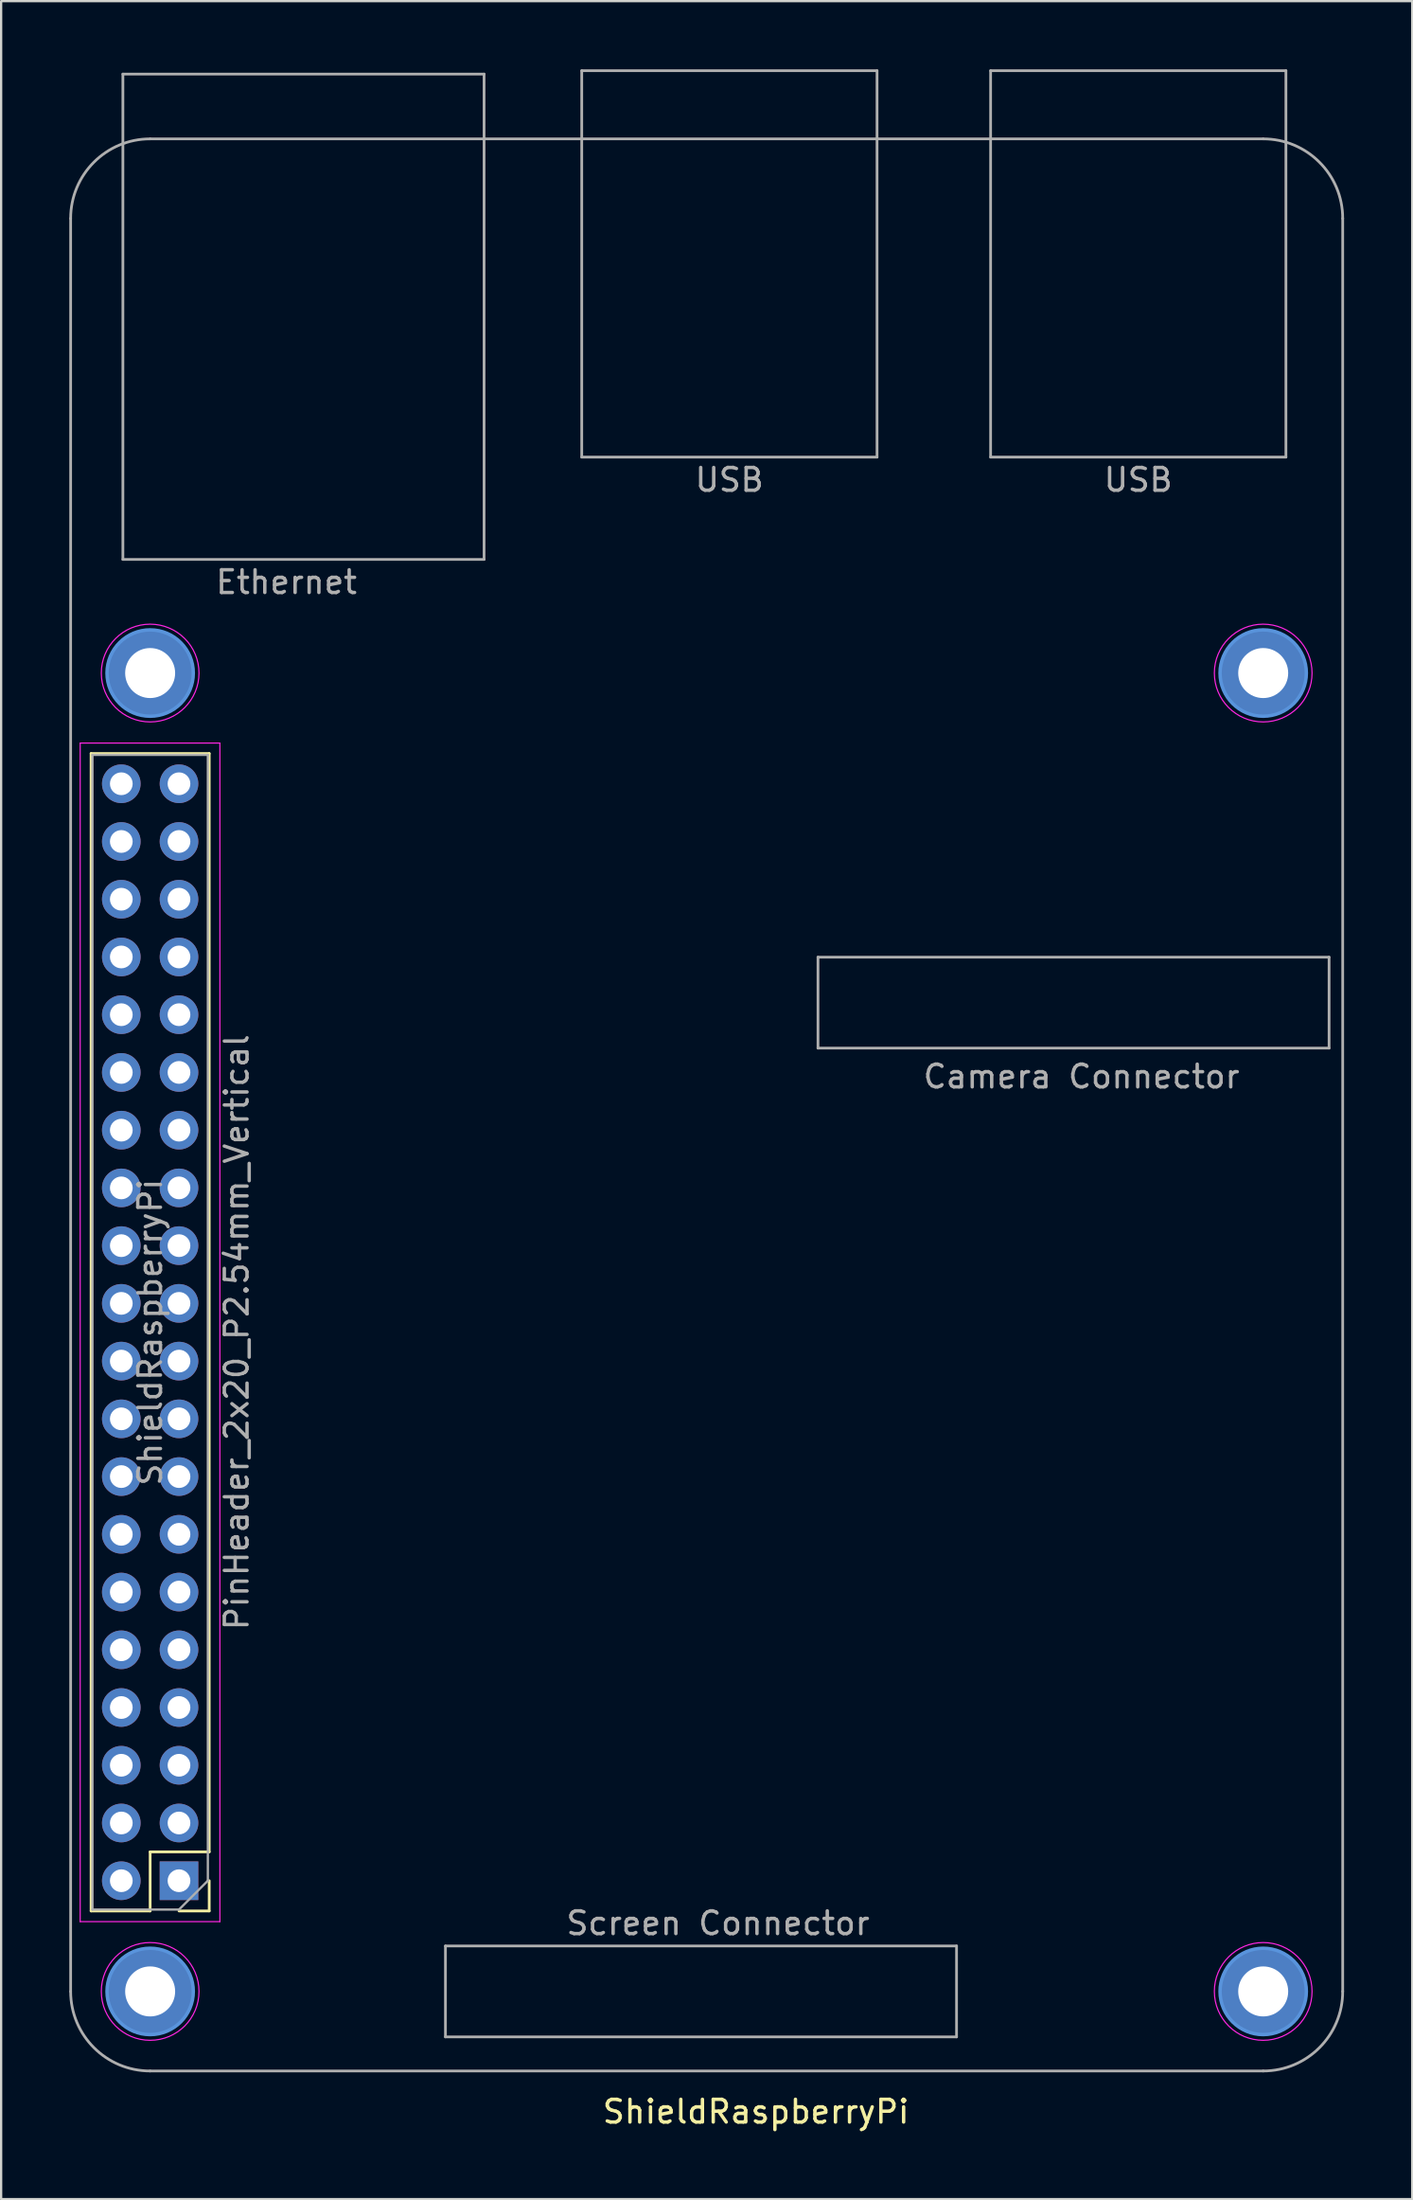
<source format=kicad_pcb>
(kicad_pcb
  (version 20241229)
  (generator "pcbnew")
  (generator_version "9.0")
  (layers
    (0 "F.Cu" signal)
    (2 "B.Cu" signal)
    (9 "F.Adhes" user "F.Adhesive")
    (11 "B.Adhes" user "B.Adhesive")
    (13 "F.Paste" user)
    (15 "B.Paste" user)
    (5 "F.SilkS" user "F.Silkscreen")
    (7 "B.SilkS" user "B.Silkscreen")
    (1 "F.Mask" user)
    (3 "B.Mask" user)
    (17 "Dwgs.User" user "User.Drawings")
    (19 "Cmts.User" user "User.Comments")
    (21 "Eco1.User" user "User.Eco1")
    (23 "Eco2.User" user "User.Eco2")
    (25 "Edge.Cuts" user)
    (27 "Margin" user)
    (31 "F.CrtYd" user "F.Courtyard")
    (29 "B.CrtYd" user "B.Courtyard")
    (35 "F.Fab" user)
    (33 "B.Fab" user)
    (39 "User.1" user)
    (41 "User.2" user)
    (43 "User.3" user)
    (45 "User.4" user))
  (footprint "ShieldRaspberryPi"
    (layer "F.Cu")
    (at 3.56 55.56)
    (property "Reference" "ShieldRaspberryPi" (at 26.67 34.29 0) (layer "F.SilkS") (effects (font (size 1 1) (thickness 0.15))))
    (attr through_hole)
    (fp_line (start -2.6 25.46) (end -2.6 -25.46) (stroke (width 0.12) (type solid)) (layer "F.SilkS"))
    (fp_line (start 0 22.86) (end 0 25.46) (stroke (width 0.12) (type solid)) (layer "F.SilkS"))
    (fp_line (start 0 25.46) (end -2.6 25.46) (stroke (width 0.12) (type solid)) (layer "F.SilkS"))
    (fp_line (start 2.6 -25.46) (end -2.6 -25.46) (stroke (width 0.12) (type solid)) (layer "F.SilkS"))
    (fp_line (start 2.6 22.86) (end 0 22.86) (stroke (width 0.12) (type solid)) (layer "F.SilkS"))
    (fp_line (start 2.6 22.86) (end 2.6 -25.46) (stroke (width 0.12) (type solid)) (layer "F.SilkS"))
    (fp_line (start 2.6 24.13) (end 2.6 25.46) (stroke (width 0.12) (type solid)) (layer "F.SilkS"))
    (fp_line (start 2.6 25.46) (end 1.27 25.46) (stroke (width 0.12) (type solid)) (layer "F.SilkS"))
    (fp_circle (center 0 -29) (end 1.9 -29) (stroke (width 0.15) (type solid)) (fill no) (layer "Cmts.User"))
    (fp_circle (center 0 29) (end 1.9 29) (stroke (width 0.15) (type solid)) (fill no) (layer "Cmts.User"))
    (fp_circle (center 49 -29) (end 50.9 -29) (stroke (width 0.15) (type solid)) (fill no) (layer "Cmts.User"))
    (fp_circle (center 49 29) (end 50.9 29) (stroke (width 0.15) (type solid)) (fill no) (layer "Cmts.User"))
    (fp_line (start -3.08 -25.92) (end -3.08 25.93) (stroke (width 0.05) (type solid)) (layer "F.CrtYd"))
    (fp_line (start -3.08 25.93) (end 3.07 25.93) (stroke (width 0.05) (type solid)) (layer "F.CrtYd"))
    (fp_line (start 3.07 -25.92) (end -3.08 -25.92) (stroke (width 0.05) (type solid)) (layer "F.CrtYd"))
    (fp_line (start 3.07 25.93) (end 3.07 -25.92) (stroke (width 0.05) (type solid)) (layer "F.CrtYd"))
    (fp_circle (center 0 -29) (end 2.15 -29) (stroke (width 0.05) (type solid)) (fill no) (layer "F.CrtYd"))
    (fp_circle (center 0 29) (end 2.15 29) (stroke (width 0.05) (type solid)) (fill no) (layer "F.CrtYd"))
    (fp_circle (center 49 -29) (end 51.15 -29) (stroke (width 0.05) (type solid)) (fill no) (layer "F.CrtYd"))
    (fp_circle (center 49 29) (end 51.15 29) (stroke (width 0.05) (type solid)) (fill no) (layer "F.CrtYd"))
    (fp_line (start -3.5 -49) (end -3.5 29) (stroke (width 0.12) (type solid)) (layer "F.Fab"))
    (fp_line (start -2.54 -25.4) (end 2.54 -25.4) (stroke (width 0.1) (type solid)) (layer "F.Fab"))
    (fp_line (start -2.54 25.4) (end -2.54 -25.4) (stroke (width 0.1) (type solid)) (layer "F.Fab"))
    (fp_line (start -1.2 -55.35) (end -1.2 -34) (stroke (width 0.12) (type solid)) (layer "F.Fab"))
    (fp_line (start -1.2 -34) (end 14.7 -34) (stroke (width 0.12) (type solid)) (layer "F.Fab"))
    (fp_line (start 0 32.5) (end 49 32.5) (stroke (width 0.12) (type solid)) (layer "F.Fab"))
    (fp_line (start 1.27 25.4) (end -2.54 25.4) (stroke (width 0.1) (type solid)) (layer "F.Fab"))
    (fp_line (start 2.54 -25.4) (end 2.54 24.13) (stroke (width 0.1) (type solid)) (layer "F.Fab"))
    (fp_line (start 2.54 24.13) (end 1.27 25.4) (stroke (width 0.1) (type solid)) (layer "F.Fab"))
    (fp_line (start 13 27) (end 13 31) (stroke (width 0.12) (type solid)) (layer "F.Fab"))
    (fp_line (start 13 31) (end 35.5 31) (stroke (width 0.12) (type solid)) (layer "F.Fab"))
    (fp_line (start 14.7 -55.35) (end -1.2 -55.35) (stroke (width 0.12) (type solid)) (layer "F.Fab"))
    (fp_line (start 14.7 -34) (end 14.7 -55.35) (stroke (width 0.12) (type solid)) (layer "F.Fab"))
    (fp_line (start 19 -55.5) (end 32 -55.5) (stroke (width 0.12) (type solid)) (layer "F.Fab"))
    (fp_line (start 19 -38.5) (end 19 -55.5) (stroke (width 0.12) (type solid)) (layer "F.Fab"))
    (fp_line (start 29.4 -16.5) (end 29.4 -12.5) (stroke (width 0.12) (type solid)) (layer "F.Fab"))
    (fp_line (start 29.4 -12.5) (end 51.9 -12.5) (stroke (width 0.12) (type solid)) (layer "F.Fab"))
    (fp_line (start 32 -55.5) (end 32 -38.5) (stroke (width 0.12) (type solid)) (layer "F.Fab"))
    (fp_line (start 32 -38.5) (end 19 -38.5) (stroke (width 0.12) (type solid)) (layer "F.Fab"))
    (fp_line (start 35.5 27) (end 13 27) (stroke (width 0.12) (type solid)) (layer "F.Fab"))
    (fp_line (start 35.5 31) (end 35.5 27) (stroke (width 0.12) (type solid)) (layer "F.Fab"))
    (fp_line (start 37 -55.5) (end 50 -55.5) (stroke (width 0.12) (type solid)) (layer "F.Fab"))
    (fp_line (start 37 -38.5) (end 37 -55.5) (stroke (width 0.12) (type solid)) (layer "F.Fab"))
    (fp_line (start 49 -52.5) (end 0 -52.5) (stroke (width 0.12) (type solid)) (layer "F.Fab"))
    (fp_line (start 50 -55.5) (end 50 -38.5) (stroke (width 0.12) (type solid)) (layer "F.Fab"))
    (fp_line (start 50 -38.5) (end 37 -38.5) (stroke (width 0.12) (type solid)) (layer "F.Fab"))
    (fp_line (start 51.9 -16.5) (end 29.4 -16.5) (stroke (width 0.12) (type solid)) (layer "F.Fab"))
    (fp_line (start 51.9 -12.5) (end 51.9 -16.5) (stroke (width 0.12) (type solid)) (layer "F.Fab"))
    (fp_line (start 52.5 29) (end 52.5 -49) (stroke (width 0.12) (type solid)) (layer "F.Fab"))
    (fp_arc (start -3.5 -49) (mid -2.474874 -51.474874) (end 0 -52.5) (stroke (width 0.12) (type solid)) (layer "F.Fab"))
    (fp_arc (start 0 32.5) (mid -2.474874 31.474874) (end -3.5 29) (stroke (width 0.12) (type solid)) (layer "F.Fab"))
    (fp_arc (start 49 -52.5) (mid 51.474874 -51.474874) (end 52.5 -49) (stroke (width 0.12) (type solid)) (layer "F.Fab"))
    (fp_arc (start 52.5 29) (mid 51.474874 31.474874) (end 49 32.5) (stroke (width 0.12) (type solid)) (layer "F.Fab"))
    (fp_text user "USB" (at 25.5 -37.5 0) (layer "F.Fab") (effects (font (size 1 1) (thickness 0.15))))
    (fp_text user "Camera Connector" (at 41 -11.25 0) (layer "F.Fab") (effects (font (size 1 1) (thickness 0.15))))
    (fp_text user "${REFERENCE}" (at 0 0 270) (layer "F.Fab") (effects (font (size 1 1) (thickness 0.15))))
    (fp_text user "Screen Connector" (at 25 26 0) (layer "F.Fab") (effects (font (size 1 1) (thickness 0.15))))
    (fp_text user "PinHeader_2x20_P2.54mm_Vertical" (at 3.81 0 270) (layer "F.Fab") (effects (font (size 1 1) (thickness 0.15))))
    (fp_text user "Ethernet" (at 6 -33 0) (layer "F.Fab") (effects (font (size 1 1) (thickness 0.15))))
    (fp_text user "USB" (at 43.5 -37.5 0) (layer "F.Fab") (effects (font (size 1 1) (thickness 0.15))))
    (pad "" thru_hole circle (at 0 -29) (size 3.8 3.8) (drill 2.2) (layers "*.Cu" "*.Mask"))
    (pad "" thru_hole circle (at 0 29) (size 3.8 3.8) (drill 2.2) (layers "*.Cu" "*.Mask"))
    (pad "" thru_hole circle (at 49 -29) (size 3.8 3.8) (drill 2.2) (layers "*.Cu" "*.Mask"))
    (pad "" thru_hole circle (at 49 29) (size 3.8 3.8) (drill 2.2) (layers "*.Cu" "*.Mask"))
    (pad "1" thru_hole rect (at 1.27 24.13 180) (size 1.7 1.7) (drill 1) (layers "*.Cu" "*.Mask"))
    (pad "2" thru_hole oval (at -1.27 24.13 180) (size 1.7 1.7) (drill 1) (layers "*.Cu" "*.Mask"))
    (pad "3" thru_hole oval (at 1.27 21.59 180) (size 1.7 1.7) (drill 1) (layers "*.Cu" "*.Mask"))
    (pad "4" thru_hole oval (at -1.27 21.59 180) (size 1.7 1.7) (drill 1) (layers "*.Cu" "*.Mask"))
    (pad "5" thru_hole oval (at 1.27 19.05 180) (size 1.7 1.7) (drill 1) (layers "*.Cu" "*.Mask"))
    (pad "6" thru_hole oval (at -1.27 19.05 180) (size 1.7 1.7) (drill 1) (layers "*.Cu" "*.Mask"))
    (pad "7" thru_hole oval (at 1.27 16.51 180) (size 1.7 1.7) (drill 1) (layers "*.Cu" "*.Mask"))
    (pad "8" thru_hole oval (at -1.27 16.51 180) (size 1.7 1.7) (drill 1) (layers "*.Cu" "*.Mask"))
    (pad "9" thru_hole oval (at 1.27 13.97 180) (size 1.7 1.7) (drill 1) (layers "*.Cu" "*.Mask"))
    (pad "10" thru_hole oval (at -1.27 13.97 180) (size 1.7 1.7) (drill 1) (layers "*.Cu" "*.Mask"))
    (pad "11" thru_hole oval (at 1.27 11.43 180) (size 1.7 1.7) (drill 1) (layers "*.Cu" "*.Mask"))
    (pad "12" thru_hole oval (at -1.27 11.43 180) (size 1.7 1.7) (drill 1) (layers "*.Cu" "*.Mask"))
    (pad "13" thru_hole oval (at 1.27 8.89 180) (size 1.7 1.7) (drill 1) (layers "*.Cu" "*.Mask"))
    (pad "14" thru_hole oval (at -1.27 8.89 180) (size 1.7 1.7) (drill 1) (layers "*.Cu" "*.Mask"))
    (pad "15" thru_hole oval (at 1.27 6.35 180) (size 1.7 1.7) (drill 1) (layers "*.Cu" "*.Mask"))
    (pad "16" thru_hole oval (at -1.27 6.35 180) (size 1.7 1.7) (drill 1) (layers "*.Cu" "*.Mask"))
    (pad "17" thru_hole oval (at 1.27 3.81 180) (size 1.7 1.7) (drill 1) (layers "*.Cu" "*.Mask"))
    (pad "18" thru_hole oval (at -1.27 3.81 180) (size 1.7 1.7) (drill 1) (layers "*.Cu" "*.Mask"))
    (pad "19" thru_hole oval (at 1.27 1.27 180) (size 1.7 1.7) (drill 1) (layers "*.Cu" "*.Mask"))
    (pad "20" thru_hole oval (at -1.27 1.27 180) (size 1.7 1.7) (drill 1) (layers "*.Cu" "*.Mask"))
    (pad "21" thru_hole oval (at 1.27 -1.27 180) (size 1.7 1.7) (drill 1) (layers "*.Cu" "*.Mask"))
    (pad "22" thru_hole oval (at -1.27 -1.27 180) (size 1.7 1.7) (drill 1) (layers "*.Cu" "*.Mask"))
    (pad "23" thru_hole oval (at 1.27 -3.81 180) (size 1.7 1.7) (drill 1) (layers "*.Cu" "*.Mask"))
    (pad "24" thru_hole oval (at -1.27 -3.81 180) (size 1.7 1.7) (drill 1) (layers "*.Cu" "*.Mask"))
    (pad "25" thru_hole oval (at 1.27 -6.35 180) (size 1.7 1.7) (drill 1) (layers "*.Cu" "*.Mask"))
    (pad "26" thru_hole oval (at -1.27 -6.35 180) (size 1.7 1.7) (drill 1) (layers "*.Cu" "*.Mask"))
    (pad "27" thru_hole oval (at 1.27 -8.89 180) (size 1.7 1.7) (drill 1) (layers "*.Cu" "*.Mask"))
    (pad "28" thru_hole oval (at -1.27 -8.89 180) (size 1.7 1.7) (drill 1) (layers "*.Cu" "*.Mask"))
    (pad "29" thru_hole oval (at 1.27 -11.43 180) (size 1.7 1.7) (drill 1) (layers "*.Cu" "*.Mask"))
    (pad "30" thru_hole oval (at -1.27 -11.43 180) (size 1.7 1.7) (drill 1) (layers "*.Cu" "*.Mask"))
    (pad "31" thru_hole oval (at 1.27 -13.97 180) (size 1.7 1.7) (drill 1) (layers "*.Cu" "*.Mask"))
    (pad "32" thru_hole oval (at -1.27 -13.97 180) (size 1.7 1.7) (drill 1) (layers "*.Cu" "*.Mask"))
    (pad "33" thru_hole oval (at 1.27 -16.51 180) (size 1.7 1.7) (drill 1) (layers "*.Cu" "*.Mask"))
    (pad "34" thru_hole oval (at -1.27 -16.51 180) (size 1.7 1.7) (drill 1) (layers "*.Cu" "*.Mask"))
    (pad "35" thru_hole oval (at 1.27 -19.05 180) (size 1.7 1.7) (drill 1) (layers "*.Cu" "*.Mask"))
    (pad "36" thru_hole oval (at -1.27 -19.05 180) (size 1.7 1.7) (drill 1) (layers "*.Cu" "*.Mask"))
    (pad "37" thru_hole oval (at 1.27 -21.59 180) (size 1.7 1.7) (drill 1) (layers "*.Cu" "*.Mask"))
    (pad "38" thru_hole oval (at -1.27 -21.59 180) (size 1.7 1.7) (drill 1) (layers "*.Cu" "*.Mask"))
    (pad "39" thru_hole oval (at 1.27 -24.13 180) (size 1.7 1.7) (drill 1) (layers "*.Cu" "*.Mask"))
    (pad "40" thru_hole oval (at -1.27 -24.13 180) (size 1.7 1.7) (drill 1) (layers "*.Cu" "*.Mask")))
  (gr_rect
    (start -3 -3)
    (end 59.12 93.698)
    (stroke (width 0.1) (type default))
    (fill no)
    (layer "Edge.Cuts")))
</source>
